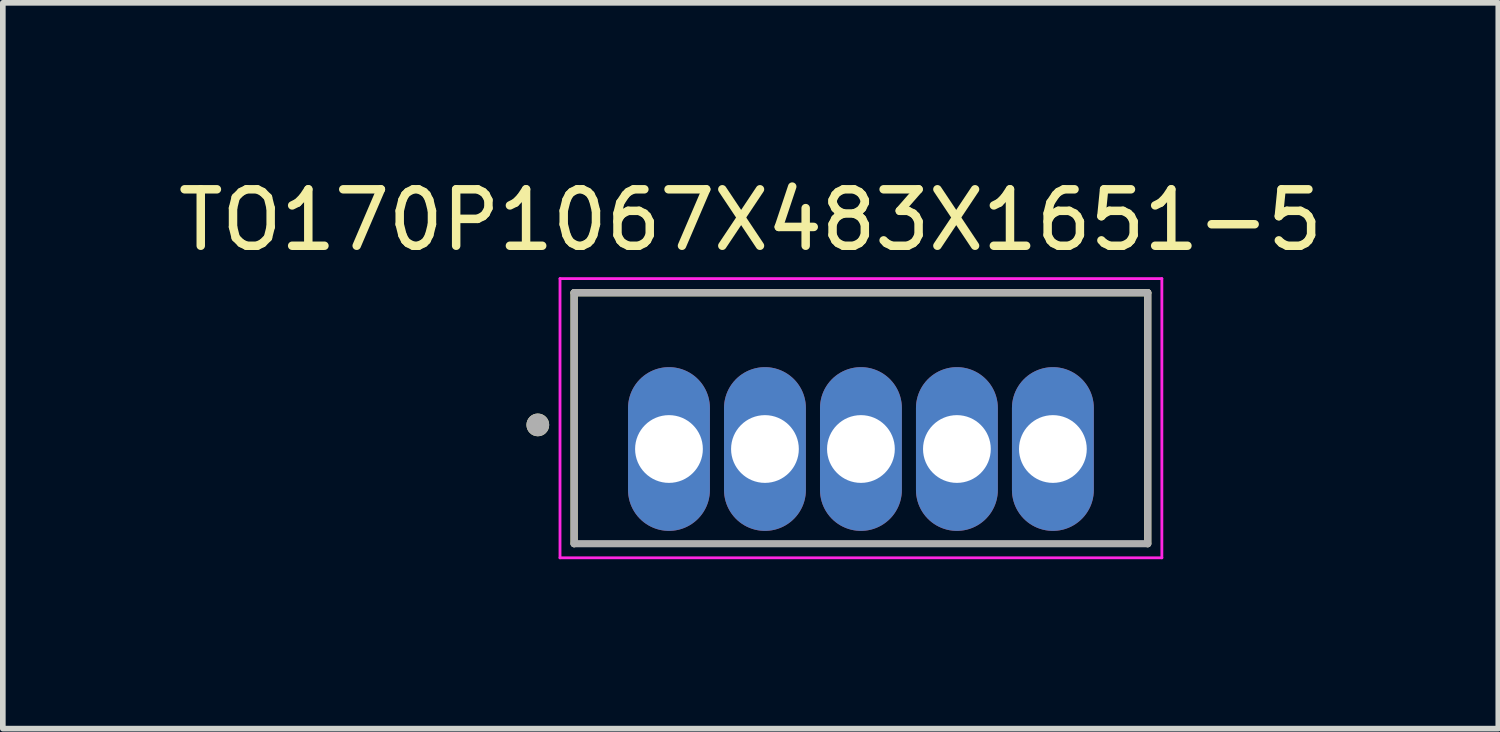
<source format=kicad_pcb>
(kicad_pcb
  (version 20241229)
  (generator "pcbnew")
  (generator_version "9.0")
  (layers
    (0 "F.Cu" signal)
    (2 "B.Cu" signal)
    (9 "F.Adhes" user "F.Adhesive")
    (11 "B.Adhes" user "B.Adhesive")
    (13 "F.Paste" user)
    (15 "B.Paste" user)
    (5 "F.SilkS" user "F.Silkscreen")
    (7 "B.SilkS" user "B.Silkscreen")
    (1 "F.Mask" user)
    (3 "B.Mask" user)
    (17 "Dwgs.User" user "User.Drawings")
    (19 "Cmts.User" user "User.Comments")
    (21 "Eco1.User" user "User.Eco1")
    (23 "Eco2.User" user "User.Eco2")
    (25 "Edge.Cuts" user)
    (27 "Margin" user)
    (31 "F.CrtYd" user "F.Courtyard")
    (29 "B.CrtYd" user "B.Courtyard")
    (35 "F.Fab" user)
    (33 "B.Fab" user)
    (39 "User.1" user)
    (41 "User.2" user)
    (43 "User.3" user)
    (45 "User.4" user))
  (footprint "TO170P1067X483X1651-5"
    (layer "F.Cu")
    (at 12.199 4.903)
    (property "Reference" "TO170P1067X483X1651-5" (at -1.955 -4.055 0) (layer "F.SilkS") (effects (font (size 1 1) (thickness 0.15))))
    (attr through_hole)
    (fp_line (start -5.08 1.677) (end -5.08 -2.768) (stroke (width 0.127) (type solid)) (layer "F.SilkS"))
    (fp_line (start 5.08 -2.768) (end -5.08 -2.768) (stroke (width 0.127) (type solid)) (layer "F.SilkS"))
    (fp_line (start 5.08 -2.768) (end 5.08 1.677) (stroke (width 0.127) (type solid)) (layer "F.SilkS"))
    (fp_circle (center -5.723 -0.427) (end -5.622 -0.427) (stroke (width 0.2) (type solid)) (fill no) (layer "F.SilkS"))
    (fp_line (start -5.33 -3.018) (end 5.33 -3.018) (stroke (width 0.05) (type solid)) (layer "F.CrtYd"))
    (fp_line (start -5.33 1.927) (end -5.33 -3.018) (stroke (width 0.05) (type solid)) (layer "F.CrtYd"))
    (fp_line (start 5.33 -3.018) (end 5.33 1.927) (stroke (width 0.05) (type solid)) (layer "F.CrtYd"))
    (fp_line (start 5.33 1.927) (end -5.33 1.927) (stroke (width 0.05) (type solid)) (layer "F.CrtYd"))
    (fp_line (start -5.08 -2.768) (end 5.08 -2.768) (stroke (width 0.127) (type solid)) (layer "F.Fab"))
    (fp_line (start -5.08 1.677) (end -5.08 -2.768) (stroke (width 0.127) (type solid)) (layer "F.Fab"))
    (fp_line (start -5.08 1.677) (end 5.08 1.677) (stroke (width 0.127) (type solid)) (layer "F.Fab"))
    (fp_line (start 5.08 -2.768) (end 5.08 1.677) (stroke (width 0.127) (type solid)) (layer "F.Fab"))
    (fp_circle (center -5.723 -0.427) (end -5.622 -0.427) (stroke (width 0.2) (type solid)) (fill no) (layer "F.Fab"))
    (pad "1" thru_hole oval (at -3.4 0) (size 1.45 2.9) (drill 1.2) (layers "*.Cu" "*.Mask"))
    (pad "2" thru_hole oval (at -1.7 0) (size 1.45 2.9) (drill 1.2) (layers "*.Cu" "*.Mask"))
    (pad "3" thru_hole oval (at 0 0) (size 1.45 2.9) (drill 1.2) (layers "*.Cu" "*.Mask"))
    (pad "4" thru_hole oval (at 1.7 0) (size 1.45 2.9) (drill 1.2) (layers "*.Cu" "*.Mask"))
    (pad "5" thru_hole oval (at 3.4 0) (size 1.45 2.9) (drill 1.2) (layers "*.Cu" "*.Mask")))
  (gr_rect
    (start -3 -3)
    (end 23.488 9.856)
    (stroke (width 0.1) (type default))
    (fill no)
    (layer "Edge.Cuts")))
</source>
